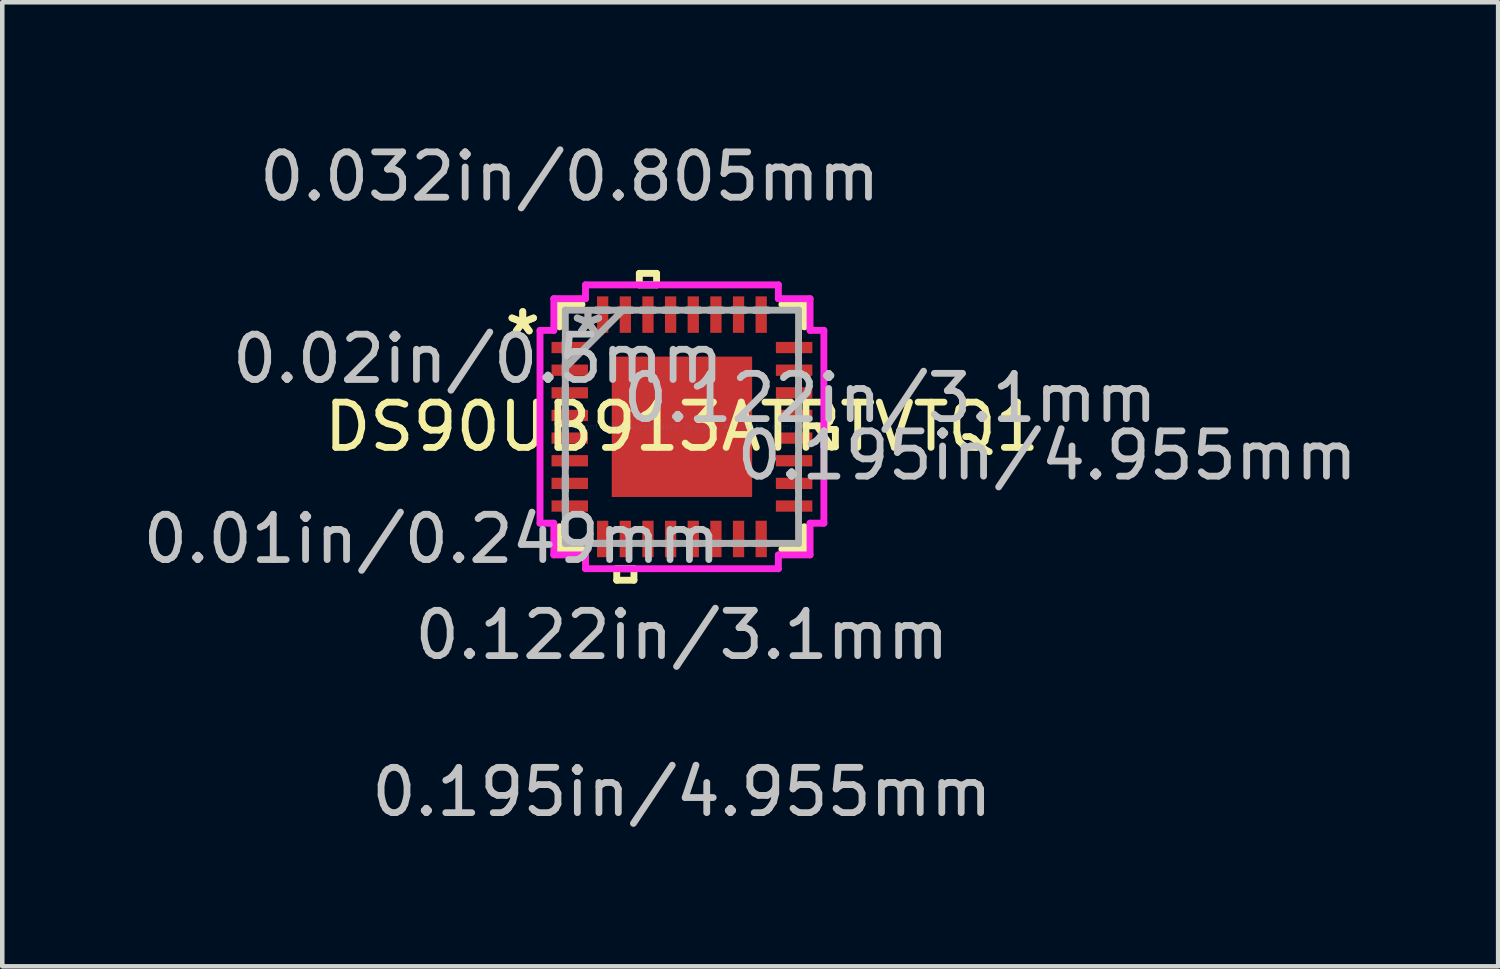
<source format=kicad_pcb>
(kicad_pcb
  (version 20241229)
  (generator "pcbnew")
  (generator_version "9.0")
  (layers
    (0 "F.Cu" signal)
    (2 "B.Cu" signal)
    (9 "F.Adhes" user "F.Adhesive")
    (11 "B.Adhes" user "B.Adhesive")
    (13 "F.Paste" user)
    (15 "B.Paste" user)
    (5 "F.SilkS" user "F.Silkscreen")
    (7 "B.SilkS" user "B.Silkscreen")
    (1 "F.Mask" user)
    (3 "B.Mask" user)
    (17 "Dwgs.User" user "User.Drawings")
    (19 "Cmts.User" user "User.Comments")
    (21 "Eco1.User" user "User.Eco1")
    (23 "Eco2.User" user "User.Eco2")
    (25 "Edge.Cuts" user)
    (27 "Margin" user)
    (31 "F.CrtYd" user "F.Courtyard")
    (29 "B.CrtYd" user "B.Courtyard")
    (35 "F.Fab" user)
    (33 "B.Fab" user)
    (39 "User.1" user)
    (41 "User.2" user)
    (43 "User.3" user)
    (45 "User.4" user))
  (footprint "DS90UB913ATRTVTQ1"
    (layer "F.Cu")
    (at 12.008 6.374)
    (property "Reference" "DS90UB913ATRTVTQ1" (at 0 0 0) (layer "F.SilkS") (effects (font (size 1 1) (thickness 0.15))))
    (attr through_hole)
    (fp_line (start -2.702 -2.702) (end -2.702 -2.207) (stroke (width 0.152) (type solid)) (layer "F.SilkS"))
    (fp_line (start -2.702 2.207) (end -2.702 2.702) (stroke (width 0.152) (type solid)) (layer "F.SilkS"))
    (fp_line (start -2.702 2.702) (end -2.207 2.702) (stroke (width 0.152) (type solid)) (layer "F.SilkS"))
    (fp_line (start -2.207 -2.702) (end -2.702 -2.702) (stroke (width 0.152) (type solid)) (layer "F.SilkS"))
    (fp_line (start -1.44 3.134) (end -1.44 3.388) (stroke (width 0.152) (type solid)) (layer "F.SilkS"))
    (fp_line (start -1.44 3.388) (end -1.06 3.388) (stroke (width 0.152) (type solid)) (layer "F.SilkS"))
    (fp_line (start -1.06 3.134) (end -1.44 3.134) (stroke (width 0.152) (type solid)) (layer "F.SilkS"))
    (fp_line (start -1.06 3.388) (end -1.06 3.134) (stroke (width 0.152) (type solid)) (layer "F.SilkS"))
    (fp_line (start -0.941 -3.388) (end -0.56 -3.388) (stroke (width 0.152) (type solid)) (layer "F.SilkS"))
    (fp_line (start -0.941 -3.134) (end -0.941 -3.388) (stroke (width 0.152) (type solid)) (layer "F.SilkS"))
    (fp_line (start -0.56 -3.388) (end -0.56 -3.134) (stroke (width 0.152) (type solid)) (layer "F.SilkS"))
    (fp_line (start -0.56 -3.134) (end -0.941 -3.134) (stroke (width 0.152) (type solid)) (layer "F.SilkS"))
    (fp_line (start 2.207 2.702) (end 2.702 2.702) (stroke (width 0.152) (type solid)) (layer "F.SilkS"))
    (fp_line (start 2.702 -2.702) (end 2.207 -2.702) (stroke (width 0.152) (type solid)) (layer "F.SilkS"))
    (fp_line (start 2.702 -2.207) (end 2.702 -2.702) (stroke (width 0.152) (type solid)) (layer "F.SilkS"))
    (fp_line (start 2.702 2.702) (end 2.702 2.207) (stroke (width 0.152) (type solid)) (layer "F.SilkS"))
    (fp_line (start 3.134 0.059) (end 3.388 0.059) (stroke (width 0.152) (type solid)) (layer "F.SilkS"))
    (fp_line (start 3.134 0.441) (end 3.134 0.059) (stroke (width 0.152) (type solid)) (layer "F.SilkS"))
    (fp_line (start 3.388 0.059) (end 3.388 0.441) (stroke (width 0.152) (type solid)) (layer "F.SilkS"))
    (fp_line (start 3.388 0.441) (end 3.134 0.441) (stroke (width 0.152) (type solid)) (layer "F.SilkS"))
    (fp_line (start -1.45 -1.45) (end -1.45 -0.1) (stroke (width 0.152) (type solid)) (layer "F.Paste"))
    (fp_line (start -1.45 -0.1) (end -0.1 -0.1) (stroke (width 0.152) (type solid)) (layer "F.Paste"))
    (fp_line (start -1.45 0.1) (end -1.45 1.45) (stroke (width 0.152) (type solid)) (layer "F.Paste"))
    (fp_line (start -1.45 1.45) (end -0.1 1.45) (stroke (width 0.152) (type solid)) (layer "F.Paste"))
    (fp_line (start -0.1 -1.45) (end -1.45 -1.45) (stroke (width 0.152) (type solid)) (layer "F.Paste"))
    (fp_line (start -0.1 -0.1) (end -0.1 -1.45) (stroke (width 0.152) (type solid)) (layer "F.Paste"))
    (fp_line (start -0.1 0.1) (end -1.45 0.1) (stroke (width 0.152) (type solid)) (layer "F.Paste"))
    (fp_line (start -0.1 1.45) (end -0.1 0.1) (stroke (width 0.152) (type solid)) (layer "F.Paste"))
    (fp_line (start 0.1 -1.45) (end 0.1 -0.1) (stroke (width 0.152) (type solid)) (layer "F.Paste"))
    (fp_line (start 0.1 -0.1) (end 1.45 -0.1) (stroke (width 0.152) (type solid)) (layer "F.Paste"))
    (fp_line (start 0.1 0.1) (end 0.1 1.45) (stroke (width 0.152) (type solid)) (layer "F.Paste"))
    (fp_line (start 0.1 1.45) (end 1.45 1.45) (stroke (width 0.152) (type solid)) (layer "F.Paste"))
    (fp_line (start 1.45 -1.45) (end 0.1 -1.45) (stroke (width 0.152) (type solid)) (layer "F.Paste"))
    (fp_line (start 1.45 -0.1) (end 1.45 -1.45) (stroke (width 0.152) (type solid)) (layer "F.Paste"))
    (fp_line (start 1.45 0.1) (end 0.1 0.1) (stroke (width 0.152) (type solid)) (layer "F.Paste"))
    (fp_line (start 1.45 1.45) (end 1.45 0.1) (stroke (width 0.152) (type solid)) (layer "F.Paste"))
    (fp_line (start -3.134 -2.129) (end -2.829 -2.129) (stroke (width 0.152) (type solid)) (layer "F.CrtYd"))
    (fp_line (start -3.134 2.129) (end -3.134 -2.129) (stroke (width 0.152) (type solid)) (layer "F.CrtYd"))
    (fp_line (start -2.829 -2.829) (end -2.129 -2.829) (stroke (width 0.152) (type solid)) (layer "F.CrtYd"))
    (fp_line (start -2.829 -2.129) (end -2.829 -2.829) (stroke (width 0.152) (type solid)) (layer "F.CrtYd"))
    (fp_line (start -2.829 2.129) (end -3.134 2.129) (stroke (width 0.152) (type solid)) (layer "F.CrtYd"))
    (fp_line (start -2.829 2.829) (end -2.829 2.129) (stroke (width 0.152) (type solid)) (layer "F.CrtYd"))
    (fp_line (start -2.129 -3.134) (end 2.129 -3.134) (stroke (width 0.152) (type solid)) (layer "F.CrtYd"))
    (fp_line (start -2.129 -2.829) (end -2.129 -3.134) (stroke (width 0.152) (type solid)) (layer "F.CrtYd"))
    (fp_line (start -2.129 2.829) (end -2.829 2.829) (stroke (width 0.152) (type solid)) (layer "F.CrtYd"))
    (fp_line (start -2.129 3.134) (end -2.129 2.829) (stroke (width 0.152) (type solid)) (layer "F.CrtYd"))
    (fp_line (start 2.129 -3.134) (end 2.129 -2.829) (stroke (width 0.152) (type solid)) (layer "F.CrtYd"))
    (fp_line (start 2.129 -2.829) (end 2.829 -2.829) (stroke (width 0.152) (type solid)) (layer "F.CrtYd"))
    (fp_line (start 2.129 2.829) (end 2.129 3.134) (stroke (width 0.152) (type solid)) (layer "F.CrtYd"))
    (fp_line (start 2.129 3.134) (end -2.129 3.134) (stroke (width 0.152) (type solid)) (layer "F.CrtYd"))
    (fp_line (start 2.829 -2.829) (end 2.829 -2.129) (stroke (width 0.152) (type solid)) (layer "F.CrtYd"))
    (fp_line (start 2.829 -2.129) (end 3.134 -2.129) (stroke (width 0.152) (type solid)) (layer "F.CrtYd"))
    (fp_line (start 2.829 2.129) (end 2.829 2.829) (stroke (width 0.152) (type solid)) (layer "F.CrtYd"))
    (fp_line (start 2.829 2.829) (end 2.129 2.829) (stroke (width 0.152) (type solid)) (layer "F.CrtYd"))
    (fp_line (start 3.134 -2.129) (end 3.134 2.129) (stroke (width 0.152) (type solid)) (layer "F.CrtYd"))
    (fp_line (start 3.134 2.129) (end 2.829 2.129) (stroke (width 0.152) (type solid)) (layer "F.CrtYd"))
    (fp_line (start -2.575 -2.575) (end -2.575 -2.575) (stroke (width 0.152) (type solid)) (layer "F.Fab"))
    (fp_line (start -2.575 -2.575) (end -2.575 2.575) (stroke (width 0.152) (type solid)) (layer "F.Fab"))
    (fp_line (start -2.575 -1.9) (end -2.575 -1.9) (stroke (width 0.152) (type solid)) (layer "F.Fab"))
    (fp_line (start -2.575 -1.9) (end -2.575 -1.6) (stroke (width 0.152) (type solid)) (layer "F.Fab"))
    (fp_line (start -2.575 -1.6) (end -2.575 -1.9) (stroke (width 0.152) (type solid)) (layer "F.Fab"))
    (fp_line (start -2.575 -1.6) (end -2.575 -1.6) (stroke (width 0.152) (type solid)) (layer "F.Fab"))
    (fp_line (start -2.575 -1.4) (end -2.575 -1.4) (stroke (width 0.152) (type solid)) (layer "F.Fab"))
    (fp_line (start -2.575 -1.4) (end -2.575 -1.1) (stroke (width 0.152) (type solid)) (layer "F.Fab"))
    (fp_line (start -2.575 -1.305) (end -1.305 -2.575) (stroke (width 0.152) (type solid)) (layer "F.Fab"))
    (fp_line (start -2.575 -1.1) (end -2.575 -1.4) (stroke (width 0.152) (type solid)) (layer "F.Fab"))
    (fp_line (start -2.575 -1.1) (end -2.575 -1.1) (stroke (width 0.152) (type solid)) (layer "F.Fab"))
    (fp_line (start -2.575 -0.9) (end -2.575 -0.9) (stroke (width 0.152) (type solid)) (layer "F.Fab"))
    (fp_line (start -2.575 -0.9) (end -2.575 -0.6) (stroke (width 0.152) (type solid)) (layer "F.Fab"))
    (fp_line (start -2.575 -0.6) (end -2.575 -0.9) (stroke (width 0.152) (type solid)) (layer "F.Fab"))
    (fp_line (start -2.575 -0.6) (end -2.575 -0.6) (stroke (width 0.152) (type solid)) (layer "F.Fab"))
    (fp_line (start -2.575 -0.4) (end -2.575 -0.4) (stroke (width 0.152) (type solid)) (layer "F.Fab"))
    (fp_line (start -2.575 -0.4) (end -2.575 -0.1) (stroke (width 0.152) (type solid)) (layer "F.Fab"))
    (fp_line (start -2.575 -0.1) (end -2.575 -0.4) (stroke (width 0.152) (type solid)) (layer "F.Fab"))
    (fp_line (start -2.575 -0.1) (end -2.575 -0.1) (stroke (width 0.152) (type solid)) (layer "F.Fab"))
    (fp_line (start -2.575 0.1) (end -2.575 0.1) (stroke (width 0.152) (type solid)) (layer "F.Fab"))
    (fp_line (start -2.575 0.1) (end -2.575 0.4) (stroke (width 0.152) (type solid)) (layer "F.Fab"))
    (fp_line (start -2.575 0.4) (end -2.575 0.1) (stroke (width 0.152) (type solid)) (layer "F.Fab"))
    (fp_line (start -2.575 0.4) (end -2.575 0.4) (stroke (width 0.152) (type solid)) (layer "F.Fab"))
    (fp_line (start -2.575 0.6) (end -2.575 0.6) (stroke (width 0.152) (type solid)) (layer "F.Fab"))
    (fp_line (start -2.575 0.6) (end -2.575 0.9) (stroke (width 0.152) (type solid)) (layer "F.Fab"))
    (fp_line (start -2.575 0.9) (end -2.575 0.6) (stroke (width 0.152) (type solid)) (layer "F.Fab"))
    (fp_line (start -2.575 0.9) (end -2.575 0.9) (stroke (width 0.152) (type solid)) (layer "F.Fab"))
    (fp_line (start -2.575 1.1) (end -2.575 1.1) (stroke (width 0.152) (type solid)) (layer "F.Fab"))
    (fp_line (start -2.575 1.1) (end -2.575 1.4) (stroke (width 0.152) (type solid)) (layer "F.Fab"))
    (fp_line (start -2.575 1.4) (end -2.575 1.1) (stroke (width 0.152) (type solid)) (layer "F.Fab"))
    (fp_line (start -2.575 1.4) (end -2.575 1.4) (stroke (width 0.152) (type solid)) (layer "F.Fab"))
    (fp_line (start -2.575 1.6) (end -2.575 1.6) (stroke (width 0.152) (type solid)) (layer "F.Fab"))
    (fp_line (start -2.575 1.6) (end -2.575 1.9) (stroke (width 0.152) (type solid)) (layer "F.Fab"))
    (fp_line (start -2.575 1.9) (end -2.575 1.6) (stroke (width 0.152) (type solid)) (layer "F.Fab"))
    (fp_line (start -2.575 1.9) (end -2.575 1.9) (stroke (width 0.152) (type solid)) (layer "F.Fab"))
    (fp_line (start -2.575 2.575) (end -2.575 2.575) (stroke (width 0.152) (type solid)) (layer "F.Fab"))
    (fp_line (start -2.575 2.575) (end 2.575 2.575) (stroke (width 0.152) (type solid)) (layer "F.Fab"))
    (fp_line (start -1.9 -2.575) (end -1.9 -2.575) (stroke (width 0.152) (type solid)) (layer "F.Fab"))
    (fp_line (start -1.9 -2.575) (end -1.6 -2.575) (stroke (width 0.152) (type solid)) (layer "F.Fab"))
    (fp_line (start -1.9 2.575) (end -1.9 2.575) (stroke (width 0.152) (type solid)) (layer "F.Fab"))
    (fp_line (start -1.9 2.575) (end -1.6 2.575) (stroke (width 0.152) (type solid)) (layer "F.Fab"))
    (fp_line (start -1.6 -2.575) (end -1.9 -2.575) (stroke (width 0.152) (type solid)) (layer "F.Fab"))
    (fp_line (start -1.6 -2.575) (end -1.6 -2.575) (stroke (width 0.152) (type solid)) (layer "F.Fab"))
    (fp_line (start -1.6 2.575) (end -1.9 2.575) (stroke (width 0.152) (type solid)) (layer "F.Fab"))
    (fp_line (start -1.6 2.575) (end -1.6 2.575) (stroke (width 0.152) (type solid)) (layer "F.Fab"))
    (fp_line (start -1.4 -2.575) (end -1.4 -2.575) (stroke (width 0.152) (type solid)) (layer "F.Fab"))
    (fp_line (start -1.4 -2.575) (end -1.1 -2.575) (stroke (width 0.152) (type solid)) (layer "F.Fab"))
    (fp_line (start -1.4 2.575) (end -1.4 2.575) (stroke (width 0.152) (type solid)) (layer "F.Fab"))
    (fp_line (start -1.4 2.575) (end -1.1 2.575) (stroke (width 0.152) (type solid)) (layer "F.Fab"))
    (fp_line (start -1.1 -2.575) (end -1.4 -2.575) (stroke (width 0.152) (type solid)) (layer "F.Fab"))
    (fp_line (start -1.1 -2.575) (end -1.1 -2.575) (stroke (width 0.152) (type solid)) (layer "F.Fab"))
    (fp_line (start -1.1 2.575) (end -1.4 2.575) (stroke (width 0.152) (type solid)) (layer "F.Fab"))
    (fp_line (start -1.1 2.575) (end -1.1 2.575) (stroke (width 0.152) (type solid)) (layer "F.Fab"))
    (fp_line (start -0.9 -2.575) (end -0.9 -2.575) (stroke (width 0.152) (type solid)) (layer "F.Fab"))
    (fp_line (start -0.9 -2.575) (end -0.6 -2.575) (stroke (width 0.152) (type solid)) (layer "F.Fab"))
    (fp_line (start -0.9 2.575) (end -0.9 2.575) (stroke (width 0.152) (type solid)) (layer "F.Fab"))
    (fp_line (start -0.9 2.575) (end -0.6 2.575) (stroke (width 0.152) (type solid)) (layer "F.Fab"))
    (fp_line (start -0.6 -2.575) (end -0.9 -2.575) (stroke (width 0.152) (type solid)) (layer "F.Fab"))
    (fp_line (start -0.6 -2.575) (end -0.6 -2.575) (stroke (width 0.152) (type solid)) (layer "F.Fab"))
    (fp_line (start -0.6 2.575) (end -0.9 2.575) (stroke (width 0.152) (type solid)) (layer "F.Fab"))
    (fp_line (start -0.6 2.575) (end -0.6 2.575) (stroke (width 0.152) (type solid)) (layer "F.Fab"))
    (fp_line (start -0.4 -2.575) (end -0.4 -2.575) (stroke (width 0.152) (type solid)) (layer "F.Fab"))
    (fp_line (start -0.4 -2.575) (end -0.1 -2.575) (stroke (width 0.152) (type solid)) (layer "F.Fab"))
    (fp_line (start -0.4 2.575) (end -0.4 2.575) (stroke (width 0.152) (type solid)) (layer "F.Fab"))
    (fp_line (start -0.4 2.575) (end -0.1 2.575) (stroke (width 0.152) (type solid)) (layer "F.Fab"))
    (fp_line (start -0.1 -2.575) (end -0.4 -2.575) (stroke (width 0.152) (type solid)) (layer "F.Fab"))
    (fp_line (start -0.1 -2.575) (end -0.1 -2.575) (stroke (width 0.152) (type solid)) (layer "F.Fab"))
    (fp_line (start -0.1 2.575) (end -0.4 2.575) (stroke (width 0.152) (type solid)) (layer "F.Fab"))
    (fp_line (start -0.1 2.575) (end -0.1 2.575) (stroke (width 0.152) (type solid)) (layer "F.Fab"))
    (fp_line (start 0.1 -2.575) (end 0.1 -2.575) (stroke (width 0.152) (type solid)) (layer "F.Fab"))
    (fp_line (start 0.1 -2.575) (end 0.4 -2.575) (stroke (width 0.152) (type solid)) (layer "F.Fab"))
    (fp_line (start 0.1 2.575) (end 0.1 2.575) (stroke (width 0.152) (type solid)) (layer "F.Fab"))
    (fp_line (start 0.1 2.575) (end 0.4 2.575) (stroke (width 0.152) (type solid)) (layer "F.Fab"))
    (fp_line (start 0.4 -2.575) (end 0.1 -2.575) (stroke (width 0.152) (type solid)) (layer "F.Fab"))
    (fp_line (start 0.4 -2.575) (end 0.4 -2.575) (stroke (width 0.152) (type solid)) (layer "F.Fab"))
    (fp_line (start 0.4 2.575) (end 0.1 2.575) (stroke (width 0.152) (type solid)) (layer "F.Fab"))
    (fp_line (start 0.4 2.575) (end 0.4 2.575) (stroke (width 0.152) (type solid)) (layer "F.Fab"))
    (fp_line (start 0.6 -2.575) (end 0.6 -2.575) (stroke (width 0.152) (type solid)) (layer "F.Fab"))
    (fp_line (start 0.6 -2.575) (end 0.9 -2.575) (stroke (width 0.152) (type solid)) (layer "F.Fab"))
    (fp_line (start 0.6 2.575) (end 0.6 2.575) (stroke (width 0.152) (type solid)) (layer "F.Fab"))
    (fp_line (start 0.6 2.575) (end 0.9 2.575) (stroke (width 0.152) (type solid)) (layer "F.Fab"))
    (fp_line (start 0.9 -2.575) (end 0.6 -2.575) (stroke (width 0.152) (type solid)) (layer "F.Fab"))
    (fp_line (start 0.9 -2.575) (end 0.9 -2.575) (stroke (width 0.152) (type solid)) (layer "F.Fab"))
    (fp_line (start 0.9 2.575) (end 0.6 2.575) (stroke (width 0.152) (type solid)) (layer "F.Fab"))
    (fp_line (start 0.9 2.575) (end 0.9 2.575) (stroke (width 0.152) (type solid)) (layer "F.Fab"))
    (fp_line (start 1.1 -2.575) (end 1.1 -2.575) (stroke (width 0.152) (type solid)) (layer "F.Fab"))
    (fp_line (start 1.1 -2.575) (end 1.4 -2.575) (stroke (width 0.152) (type solid)) (layer "F.Fab"))
    (fp_line (start 1.1 2.575) (end 1.1 2.575) (stroke (width 0.152) (type solid)) (layer "F.Fab"))
    (fp_line (start 1.1 2.575) (end 1.4 2.575) (stroke (width 0.152) (type solid)) (layer "F.Fab"))
    (fp_line (start 1.4 -2.575) (end 1.1 -2.575) (stroke (width 0.152) (type solid)) (layer "F.Fab"))
    (fp_line (start 1.4 -2.575) (end 1.4 -2.575) (stroke (width 0.152) (type solid)) (layer "F.Fab"))
    (fp_line (start 1.4 2.575) (end 1.1 2.575) (stroke (width 0.152) (type solid)) (layer "F.Fab"))
    (fp_line (start 1.4 2.575) (end 1.4 2.575) (stroke (width 0.152) (type solid)) (layer "F.Fab"))
    (fp_line (start 1.6 -2.575) (end 1.6 -2.575) (stroke (width 0.152) (type solid)) (layer "F.Fab"))
    (fp_line (start 1.6 -2.575) (end 1.9 -2.575) (stroke (width 0.152) (type solid)) (layer "F.Fab"))
    (fp_line (start 1.6 2.575) (end 1.6 2.575) (stroke (width 0.152) (type solid)) (layer "F.Fab"))
    (fp_line (start 1.6 2.575) (end 1.9 2.575) (stroke (width 0.152) (type solid)) (layer "F.Fab"))
    (fp_line (start 1.9 -2.575) (end 1.6 -2.575) (stroke (width 0.152) (type solid)) (layer "F.Fab"))
    (fp_line (start 1.9 -2.575) (end 1.9 -2.575) (stroke (width 0.152) (type solid)) (layer "F.Fab"))
    (fp_line (start 1.9 2.575) (end 1.6 2.575) (stroke (width 0.152) (type solid)) (layer "F.Fab"))
    (fp_line (start 1.9 2.575) (end 1.9 2.575) (stroke (width 0.152) (type solid)) (layer "F.Fab"))
    (fp_line (start 2.575 -2.575) (end -2.575 -2.575) (stroke (width 0.152) (type solid)) (layer "F.Fab"))
    (fp_line (start 2.575 -2.575) (end 2.575 -2.575) (stroke (width 0.152) (type solid)) (layer "F.Fab"))
    (fp_line (start 2.575 -1.9) (end 2.575 -1.9) (stroke (width 0.152) (type solid)) (layer "F.Fab"))
    (fp_line (start 2.575 -1.9) (end 2.575 -1.6) (stroke (width 0.152) (type solid)) (layer "F.Fab"))
    (fp_line (start 2.575 -1.6) (end 2.575 -1.9) (stroke (width 0.152) (type solid)) (layer "F.Fab"))
    (fp_line (start 2.575 -1.6) (end 2.575 -1.6) (stroke (width 0.152) (type solid)) (layer "F.Fab"))
    (fp_line (start 2.575 -1.4) (end 2.575 -1.4) (stroke (width 0.152) (type solid)) (layer "F.Fab"))
    (fp_line (start 2.575 -1.4) (end 2.575 -1.1) (stroke (width 0.152) (type solid)) (layer "F.Fab"))
    (fp_line (start 2.575 -1.1) (end 2.575 -1.4) (stroke (width 0.152) (type solid)) (layer "F.Fab"))
    (fp_line (start 2.575 -1.1) (end 2.575 -1.1) (stroke (width 0.152) (type solid)) (layer "F.Fab"))
    (fp_line (start 2.575 -0.9) (end 2.575 -0.9) (stroke (width 0.152) (type solid)) (layer "F.Fab"))
    (fp_line (start 2.575 -0.9) (end 2.575 -0.6) (stroke (width 0.152) (type solid)) (layer "F.Fab"))
    (fp_line (start 2.575 -0.6) (end 2.575 -0.9) (stroke (width 0.152) (type solid)) (layer "F.Fab"))
    (fp_line (start 2.575 -0.6) (end 2.575 -0.6) (stroke (width 0.152) (type solid)) (layer "F.Fab"))
    (fp_line (start 2.575 -0.4) (end 2.575 -0.4) (stroke (width 0.152) (type solid)) (layer "F.Fab"))
    (fp_line (start 2.575 -0.4) (end 2.575 -0.1) (stroke (width 0.152) (type solid)) (layer "F.Fab"))
    (fp_line (start 2.575 -0.1) (end 2.575 -0.4) (stroke (width 0.152) (type solid)) (layer "F.Fab"))
    (fp_line (start 2.575 -0.1) (end 2.575 -0.1) (stroke (width 0.152) (type solid)) (layer "F.Fab"))
    (fp_line (start 2.575 0.1) (end 2.575 0.1) (stroke (width 0.152) (type solid)) (layer "F.Fab"))
    (fp_line (start 2.575 0.1) (end 2.575 0.4) (stroke (width 0.152) (type solid)) (layer "F.Fab"))
    (fp_line (start 2.575 0.4) (end 2.575 0.1) (stroke (width 0.152) (type solid)) (layer "F.Fab"))
    (fp_line (start 2.575 0.4) (end 2.575 0.4) (stroke (width 0.152) (type solid)) (layer "F.Fab"))
    (fp_line (start 2.575 0.6) (end 2.575 0.6) (stroke (width 0.152) (type solid)) (layer "F.Fab"))
    (fp_line (start 2.575 0.6) (end 2.575 0.9) (stroke (width 0.152) (type solid)) (layer "F.Fab"))
    (fp_line (start 2.575 0.9) (end 2.575 0.6) (stroke (width 0.152) (type solid)) (layer "F.Fab"))
    (fp_line (start 2.575 0.9) (end 2.575 0.9) (stroke (width 0.152) (type solid)) (layer "F.Fab"))
    (fp_line (start 2.575 1.1) (end 2.575 1.1) (stroke (width 0.152) (type solid)) (layer "F.Fab"))
    (fp_line (start 2.575 1.1) (end 2.575 1.4) (stroke (width 0.152) (type solid)) (layer "F.Fab"))
    (fp_line (start 2.575 1.4) (end 2.575 1.1) (stroke (width 0.152) (type solid)) (layer "F.Fab"))
    (fp_line (start 2.575 1.4) (end 2.575 1.4) (stroke (width 0.152) (type solid)) (layer "F.Fab"))
    (fp_line (start 2.575 1.6) (end 2.575 1.6) (stroke (width 0.152) (type solid)) (layer "F.Fab"))
    (fp_line (start 2.575 1.6) (end 2.575 1.9) (stroke (width 0.152) (type solid)) (layer "F.Fab"))
    (fp_line (start 2.575 1.9) (end 2.575 1.6) (stroke (width 0.152) (type solid)) (layer "F.Fab"))
    (fp_line (start 2.575 1.9) (end 2.575 1.9) (stroke (width 0.152) (type solid)) (layer "F.Fab"))
    (fp_line (start 2.575 2.575) (end 2.575 -2.575) (stroke (width 0.152) (type solid)) (layer "F.Fab"))
    (fp_line (start 2.575 2.575) (end 2.575 2.575) (stroke (width 0.152) (type solid)) (layer "F.Fab"))
    (fp_text user "*" (at -3.515 -2 0) (layer "F.SilkS") (effects (font (size 1 1) (thickness 0.15))))
    (fp_text user "*" (at -3.515 -2 0) (layer "F.SilkS") (effects (font (size 1 1) (thickness 0.15))))
    (fp_text user "0.122in/3.1mm" (at 4.598 -0.635 0) (layer "Dwgs.User") (effects (font (size 1 1) (thickness 0.15))))
    (fp_text user "0.01in/0.249mm" (at -5.525 2.477 0) (layer "Dwgs.User") (effects (font (size 1 1) (thickness 0.15))))
    (fp_text user "0.02in/0.5mm" (at -4.505 -1.5 0) (layer "Dwgs.User") (effects (font (size 1 1) (thickness 0.15))))
    (fp_text user "0.122in/3.1mm" (at 0 4.598 0) (layer "Dwgs.User") (effects (font (size 1 1) (thickness 0.15))))
    (fp_text user "0.195in/4.955mm" (at 8.065 0.635 0) (layer "Dwgs.User") (effects (font (size 1 1) (thickness 0.15))))
    (fp_text user "0.032in/0.805mm" (at -2.477 -5.525 0) (layer "Dwgs.User") (effects (font (size 1 1) (thickness 0.15))))
    (fp_text user "0.195in/4.955mm" (at 0 8.065 0) (layer "Dwgs.User") (effects (font (size 1 1) (thickness 0.15))))
    (fp_text user "Copyright 2016 Accelerated Designs. All rights reserved." (at 0 0 0) (layer "Cmts.User") (effects (font (size 0.127 0.127) (thickness 0.002))))
    (fp_text user "*" (at -2.075 -2 0) (layer "F.Fab") (effects (font (size 1 1) (thickness 0.15))))
    (fp_text user "*" (at -2.075 -2 0) (layer "F.Fab") (effects (font (size 1 1) (thickness 0.15))))
    (pad "1" smd rect (at -2.477 -1.75 90) (size 0.249 0.805) (layers "F.Cu" "F.Mask" "F.Paste"))
    (pad "2" smd rect (at -2.477 -1.25 90) (size 0.249 0.805) (layers "F.Cu" "F.Mask" "F.Paste"))
    (pad "3" smd rect (at -2.477 -0.75 90) (size 0.249 0.805) (layers "F.Cu" "F.Mask" "F.Paste"))
    (pad "4" smd rect (at -2.477 -0.25 90) (size 0.249 0.805) (layers "F.Cu" "F.Mask" "F.Paste"))
    (pad "5" smd rect (at -2.477 0.25 90) (size 0.249 0.805) (layers "F.Cu" "F.Mask" "F.Paste"))
    (pad "6" smd rect (at -2.477 0.75 90) (size 0.249 0.805) (layers "F.Cu" "F.Mask" "F.Paste"))
    (pad "7" smd rect (at -2.477 1.25 90) (size 0.249 0.805) (layers "F.Cu" "F.Mask" "F.Paste"))
    (pad "8" smd rect (at -2.477 1.75 90) (size 0.249 0.805) (layers "F.Cu" "F.Mask" "F.Paste"))
    (pad "9" smd rect (at -1.75 2.477) (size 0.249 0.805) (layers "F.Cu" "F.Mask" "F.Paste"))
    (pad "10" smd rect (at -1.25 2.477) (size 0.249 0.805) (layers "F.Cu" "F.Mask" "F.Paste"))
    (pad "11" smd rect (at -0.75 2.477) (size 0.249 0.805) (layers "F.Cu" "F.Mask" "F.Paste"))
    (pad "12" smd rect (at -0.25 2.477) (size 0.249 0.805) (layers "F.Cu" "F.Mask" "F.Paste"))
    (pad "13" smd rect (at 0.25 2.477) (size 0.249 0.805) (layers "F.Cu" "F.Mask" "F.Paste"))
    (pad "14" smd rect (at 0.75 2.477) (size 0.249 0.805) (layers "F.Cu" "F.Mask" "F.Paste"))
    (pad "15" smd rect (at 1.25 2.477) (size 0.249 0.805) (layers "F.Cu" "F.Mask" "F.Paste"))
    (pad "16" smd rect (at 1.75 2.477) (size 0.249 0.805) (layers "F.Cu" "F.Mask" "F.Paste"))
    (pad "17" smd rect (at 2.477 1.75 90) (size 0.249 0.805) (layers "F.Cu" "F.Mask" "F.Paste"))
    (pad "18" smd rect (at 2.477 1.25 90) (size 0.249 0.805) (layers "F.Cu" "F.Mask" "F.Paste"))
    (pad "19" smd rect (at 2.477 0.75 90) (size 0.249 0.805) (layers "F.Cu" "F.Mask" "F.Paste"))
    (pad "20" smd rect (at 2.477 0.25 90) (size 0.249 0.805) (layers "F.Cu" "F.Mask" "F.Paste"))
    (pad "21" smd rect (at 2.477 -0.25 90) (size 0.249 0.805) (layers "F.Cu" "F.Mask" "F.Paste"))
    (pad "22" smd rect (at 2.477 -0.75 90) (size 0.249 0.805) (layers "F.Cu" "F.Mask" "F.Paste"))
    (pad "23" smd rect (at 2.477 -1.25 90) (size 0.249 0.805) (layers "F.Cu" "F.Mask" "F.Paste"))
    (pad "24" smd rect (at 2.477 -1.75 90) (size 0.249 0.805) (layers "F.Cu" "F.Mask" "F.Paste"))
    (pad "25" smd rect (at 1.75 -2.477) (size 0.249 0.805) (layers "F.Cu" "F.Mask" "F.Paste"))
    (pad "26" smd rect (at 1.25 -2.477) (size 0.249 0.805) (layers "F.Cu" "F.Mask" "F.Paste"))
    (pad "27" smd rect (at 0.75 -2.477) (size 0.249 0.805) (layers "F.Cu" "F.Mask" "F.Paste"))
    (pad "28" smd rect (at 0.25 -2.477) (size 0.249 0.805) (layers "F.Cu" "F.Mask" "F.Paste"))
    (pad "29" smd rect (at -0.25 -2.477) (size 0.249 0.805) (layers "F.Cu" "F.Mask" "F.Paste"))
    (pad "30" smd rect (at -0.75 -2.477) (size 0.249 0.805) (layers "F.Cu" "F.Mask" "F.Paste"))
    (pad "31" smd rect (at -1.25 -2.477) (size 0.249 0.805) (layers "F.Cu" "F.Mask" "F.Paste"))
    (pad "32" smd rect (at -1.75 -2.477) (size 0.249 0.805) (layers "F.Cu" "F.Mask" "F.Paste"))
    (pad "33" smd rect (at 0 0) (size 3.1 3.1) (layers "F.Cu" "F.Mask" "F.Paste")))
  (gr_rect
    (start -3 -3)
    (end 30.031 18.287)
    (stroke (width 0.1) (type default))
    (fill no)
    (layer "Edge.Cuts")))
</source>
